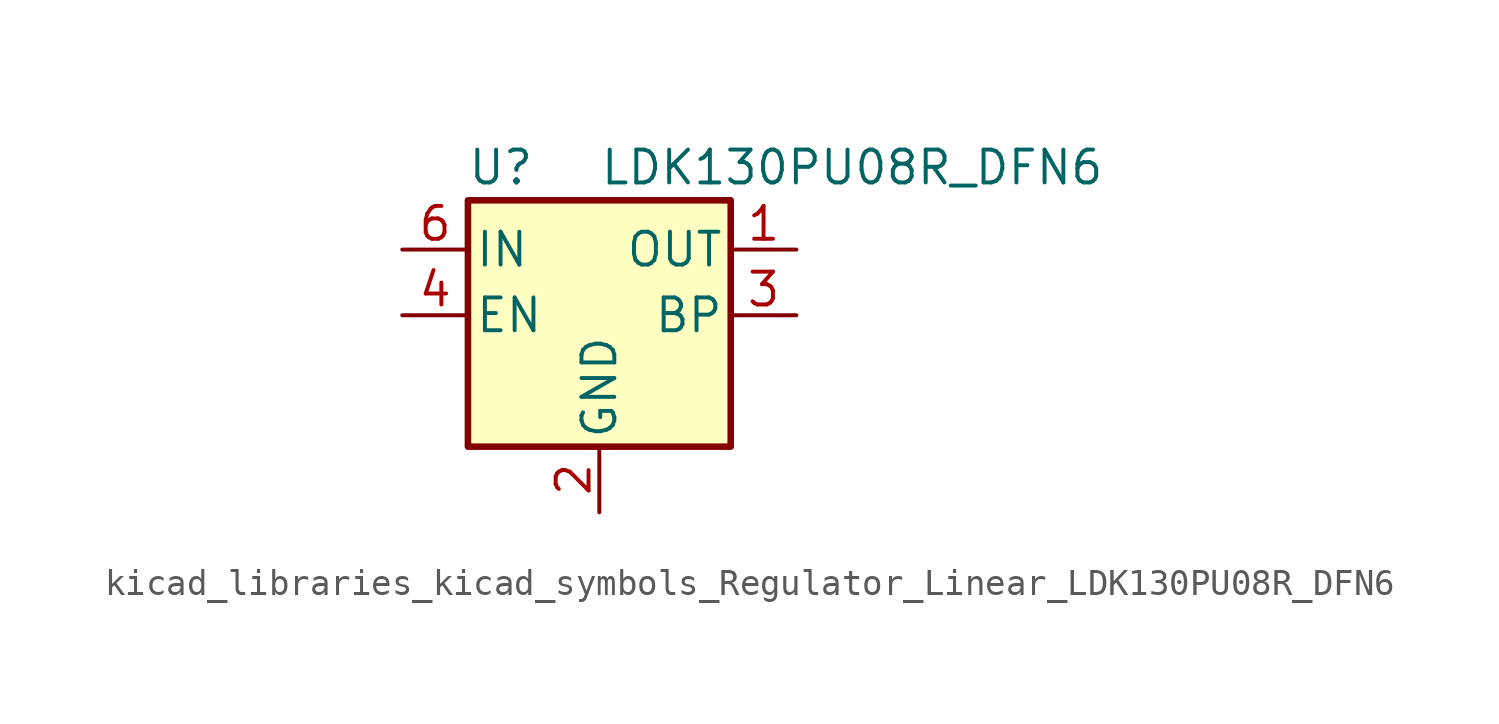
<source format=kicad_sym>
(kicad_symbol_lib
  (version 20220914)
  (generator kicad_symbol_editor)
  (symbol "kicad_libraries_kicad_symbols_Regulator_Linear_LDK130PU08R_DFN6"
    (pin_names
      (offset 0.254))
    (property "Reference" "U"
      (at -3.81 5.715 0)
      (effects (font (size 1.27 1.27))))
    (property "Value" "LDK130PU08R_DFN6"
      (at 0 5.715 0)
      (effects (font (size 1.27 1.27)) (justify left)))
    (symbol "kicad_libraries_kicad_symbols_Regulator_Linear_LDK130PU08R_DFN6_0_1"
      (rectangle (start -5.08 4.445) (end 5.08 -5.08) (stroke (width 0.254) (type default)) (fill (type background))))
    (symbol "kicad_libraries_kicad_symbols_Regulator_Linear_LDK130PU08R_DFN6_1_1"
      (pin power_out line (at 7.62 2.54 180) (length 2.54) (name "OUT" (effects (font (size 1.27 1.27)))) (number "1" (effects (font (size 1.27 1.27)))))
      (pin power_in line (at 0 -7.62 90) (length 2.54) (name "GND" (effects (font (size 1.27 1.27)))) (number "2" (effects (font (size 1.27 1.27)))))
      (pin passive line (at 7.62 0 180) (length 2.54) (name "BP" (effects (font (size 1.27 1.27)))) (number "3" (effects (font (size 1.27 1.27)))))
      (pin input line (at -7.62 0 0) (length 2.54) (name "EN" (effects (font (size 1.27 1.27)))) (number "4" (effects (font (size 1.27 1.27)))))
      (pin no_connect line (at -5.08 -2.54 0) (length 2.54) hide (name "NC" (effects (font (size 1.27 1.27)))) (number "5" (effects (font (size 1.27 1.27)))))
      (pin power_in line (at -7.62 2.54 0) (length 2.54) (name "IN" (effects (font (size 1.27 1.27)))) (number "6" (effects (font (size 1.27 1.27))))))))
</source>
